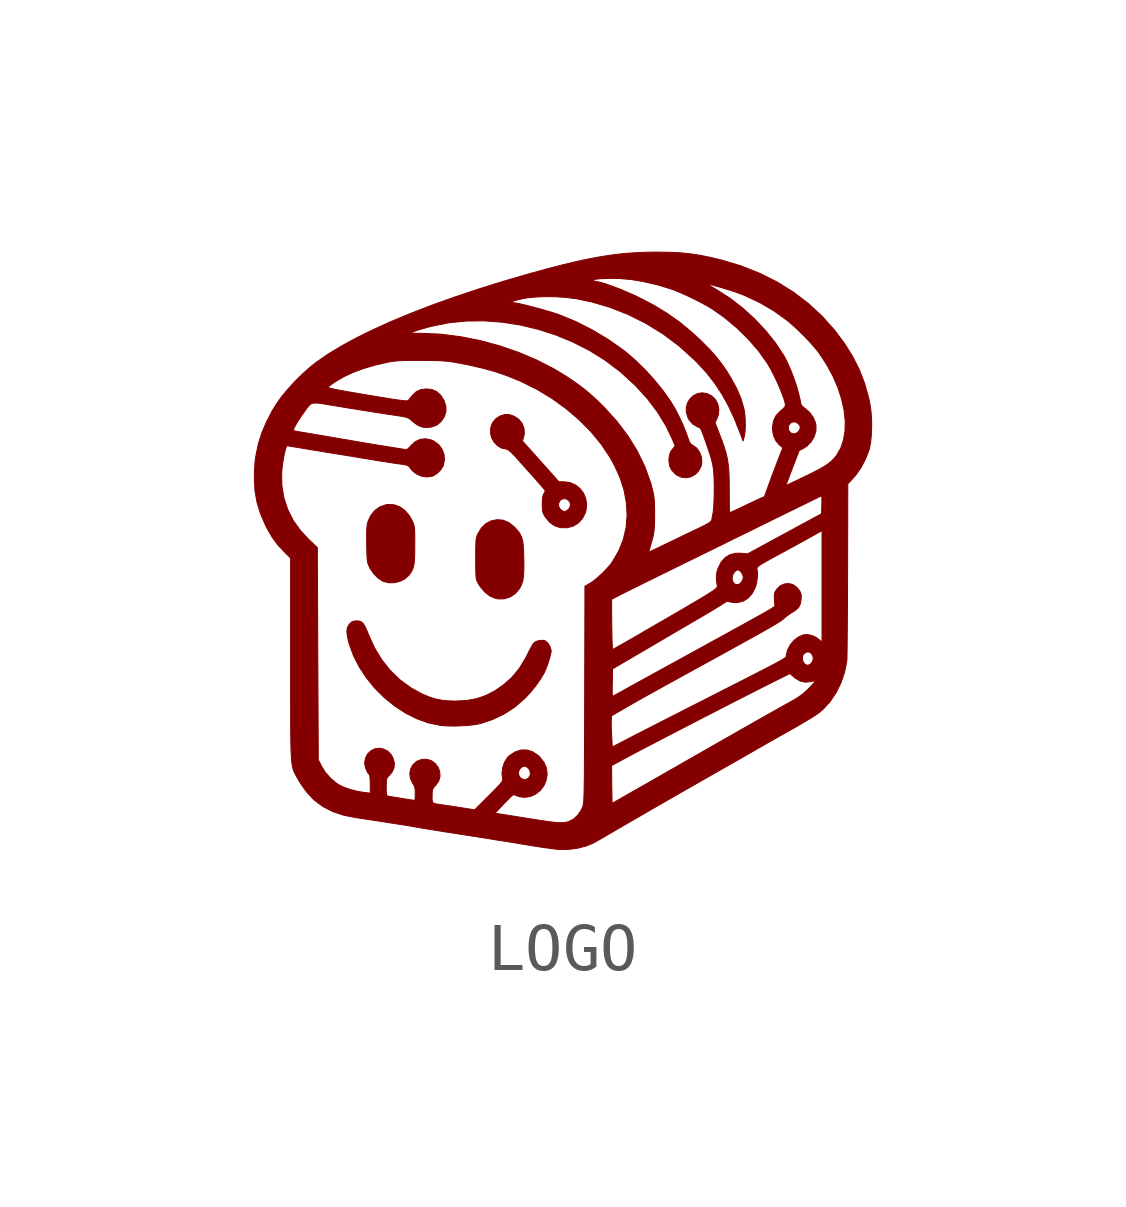
<source format=kicad_sym>
(kicad_symbol_lib
  (version 20220914)
  (generator "bitmap2component")
  (generator_version "8.0")
  (symbol "LOGO"
    (pin_names
      (offset 1.016))
    (property "Reference" "#G"
      (at 0 9.369 0)
      (effects (font (size 1.27 1.27)) hide))
    (symbol "LOGO_0_0"
      (polyline (pts (xy 0.155 -6.199) (xy 0.335 -6.175) (xy 0.506 -6.131) (xy 0.654 -6.072) (xy 0.674 -6.061) (xy 0.733 -6.029) (xy 0.813 -5.983) (xy 0.907 -5.929) (xy 1.006 -5.871) (xy 1.091 -5.822) (xy 1.236 -5.737) (xy 1.407 -5.638) (xy 1.598 -5.527) (xy 1.806 -5.407) (xy 2.024 -5.281) (xy 2.248 -5.152) (xy 2.473 -5.023) (xy 2.695 -4.896) (xy 2.908 -4.774) (xy 3.107 -4.661) (xy 3.159 -4.631) (xy 3.317 -4.541) (xy 3.477 -4.45) (xy 3.632 -4.362) (xy 3.775 -4.28) (xy 3.899 -4.209) (xy 3.996 -4.153) (xy 4.053 -4.12) (xy 4.176 -4.05) (xy 4.319 -3.968) (xy 4.471 -3.882) (xy 4.625 -3.795) (xy 4.769 -3.714) (xy 4.877 -3.653) (xy 5.005 -3.579) (xy 5.123 -3.508) (xy 5.226 -3.446) (xy 5.307 -3.394) (xy 5.36 -3.357) (xy 5.456 -3.277) (xy 5.601 -3.118) (xy 5.726 -2.932) (xy 5.828 -2.724) (xy 5.903 -2.501) (xy 5.949 -2.267) (xy 5.949 -2.265) (xy 5.951 -2.23) (xy 5.952 -2.158) (xy 5.954 -2.054) (xy 5.956 -1.919) (xy 5.957 -1.758) (xy 5.959 -1.571) (xy 5.96 -1.364) (xy 5.962 -1.138) (xy 5.963 -0.897) (xy 5.964 -0.643) (xy 5.965 -0.379) (xy 5.969 1.421) (xy 6.087 1.547) (xy 6.146 1.616) (xy 6.249 1.767) (xy 6.339 1.939) (xy 6.409 2.12) (xy 6.424 2.172) (xy 6.447 2.303) (xy 6.461 2.457) (xy 6.467 2.623) (xy 6.464 2.793) (xy 6.451 2.955) (xy 6.429 3.1) (xy 6.4 3.231) (xy 6.316 3.526) (xy 6.208 3.805) (xy 6.072 4.074) (xy 5.905 4.341) (xy 5.704 4.612) (xy 5.697 4.62) (xy 5.439 4.911) (xy 5.152 5.177) (xy 4.838 5.416) (xy 4.498 5.628) (xy 4.134 5.81) (xy 3.748 5.963) (xy 3.341 6.086) (xy 3.106 6.142) (xy 2.89 6.186) (xy 2.683 6.217) (xy 2.474 6.238) (xy 2.249 6.249) (xy 1.999 6.252) (xy 1.956 6.252) (xy 1.723 6.248) (xy 1.498 6.237) (xy 1.276 6.22) (xy 1.053 6.193) (xy 0.823 6.158) (xy 0.58 6.113) (xy 0.321 6.058) (xy 0.041 5.991) (xy -0.267 5.912) (xy -0.606 5.819) (xy -0.709 5.79) (xy -1.244 5.634) (xy -1.756 5.473) (xy -2.246 5.309) (xy -2.711 5.142) (xy -3.149 4.973) (xy -3.559 4.802) (xy -3.938 4.63) (xy -4.067 4.567) (xy -3.146 4.567) (xy -3.136 4.575) (xy -3.096 4.592) (xy -3.023 4.616) (xy -2.915 4.649) (xy -2.771 4.69) (xy -2.704 4.707) (xy -2.352 4.778) (xy -1.988 4.815) (xy -1.614 4.819) (xy -1.236 4.791) (xy -0.858 4.732) (xy -0.482 4.642) (xy -0.114 4.523) (xy 0.244 4.375) (xy 0.587 4.2) (xy 0.91 3.998) (xy 1.211 3.771) (xy 1.247 3.741) (xy 1.536 3.475) (xy 1.788 3.202) (xy 2.002 2.919) (xy 2.182 2.625) (xy 2.326 2.32) (xy 2.371 2.208) (xy 2.331 2.164) (xy 2.279 2.094) (xy 2.249 2.013) (xy 2.24 1.912) (xy 2.241 1.892) (xy 2.258 1.787) (xy 2.305 1.698) (xy 2.386 1.617) (xy 2.405 1.603) (xy 2.499 1.559) (xy 2.6 1.548) (xy 2.698 1.567) (xy 2.788 1.616) (xy 2.861 1.691) (xy 2.912 1.79) (xy 2.927 1.878) (xy 2.917 1.982) (xy 2.88 2.082) (xy 2.821 2.165) (xy 2.744 2.222) (xy 2.722 2.233) (xy 2.689 2.261) (xy 2.664 2.304) (xy 2.639 2.373) (xy 2.633 2.392) (xy 2.591 2.508) (xy 2.536 2.642) (xy 2.473 2.781) (xy 2.408 2.913) (xy 2.346 3.026) (xy 2.264 3.158) (xy 2.113 3.369) (xy 1.94 3.583) (xy 1.753 3.79) (xy 1.558 3.982) (xy 1.364 4.151) (xy 1.275 4.22) (xy 0.969 4.435) (xy 0.64 4.631) (xy 0.301 4.803) (xy -0.038 4.943) (xy -0.061 4.951) (xy -0.158 4.983) (xy -0.273 5.018) (xy -0.399 5.055) (xy -0.529 5.091) (xy -0.657 5.124) (xy -0.774 5.153) (xy -0.876 5.176) (xy -0.954 5.192) (xy -1.001 5.197) (xy -1.019 5.198) (xy -1.049 5.203) (xy -1.042 5.215) (xy -1.002 5.232) (xy -0.929 5.253) (xy -0.826 5.278) (xy -0.707 5.299) (xy -0.521 5.317) (xy -0.315 5.325) (xy -0.101 5.321) (xy 0.112 5.306) (xy 0.313 5.279) (xy 0.62 5.216) (xy 1.015 5.1) (xy 1.399 4.948) (xy 1.77 4.761) (xy 2.124 4.542) (xy 2.459 4.29) (xy 2.772 4.007) (xy 2.829 3.95) (xy 3.022 3.74) (xy 3.192 3.523) (xy 3.344 3.294) (xy 3.482 3.045) (xy 3.61 2.769) (xy 3.732 2.462) (xy 3.786 2.315) (xy 3.81 2.403) (xy 3.817 2.435) (xy 3.829 2.533) (xy 3.833 2.65) (xy 3.83 2.775) (xy 3.82 2.894) (xy 3.803 2.994) (xy 3.802 2.997) (xy 3.739 3.208) (xy 3.646 3.422) (xy 3.522 3.648) (xy 3.446 3.771) (xy 3.334 3.932) (xy 3.214 4.084) (xy 3.077 4.236) (xy 2.915 4.399) (xy 2.726 4.575) (xy 2.472 4.785) (xy 2.209 4.972) (xy 1.927 5.144) (xy 1.615 5.306) (xy 1.51 5.356) (xy 1.363 5.42) (xy 1.215 5.482) (xy 1.071 5.537) (xy 0.941 5.583) (xy 0.83 5.617) (xy 0.748 5.636) (xy 0.702 5.645) (xy 0.662 5.658) (xy 0.657 5.671) (xy 0.686 5.682) (xy 0.747 5.691) (xy 0.837 5.699) (xy 0.954 5.703) (xy 1.097 5.705) (xy 1.19 5.703) (xy 1.442 5.682) (xy 1.713 5.637) (xy 1.883 5.598) (xy 3.009 5.598) (xy 3.019 5.607) (xy 3.029 5.598) (xy 3.019 5.588) (xy 3.009 5.598) (xy 1.883 5.598) (xy 1.944 5.583) (xy 3.057 5.583) (xy 3.069 5.583) (xy 3.114 5.574) (xy 3.183 5.556) (xy 3.271 5.531) (xy 3.369 5.502) (xy 3.471 5.47) (xy 3.571 5.439) (xy 3.66 5.409) (xy 3.732 5.383) (xy 3.825 5.346) (xy 4.136 5.199) (xy 4.434 5.024) (xy 4.708 4.826) (xy 4.803 4.746) (xy 4.92 4.639) (xy 5.04 4.521) (xy 5.156 4.401) (xy 5.258 4.288) (xy 5.338 4.191) (xy 5.393 4.115) (xy 5.541 3.887) (xy 5.666 3.654) (xy 5.766 3.419) (xy 5.841 3.186) (xy 5.891 2.958) (xy 5.915 2.739) (xy 5.912 2.531) (xy 5.881 2.34) (xy 5.823 2.167) (xy 5.736 2.016) (xy 5.717 1.992) (xy 5.668 1.934) (xy 5.613 1.881) (xy 5.546 1.829) (xy 5.464 1.776) (xy 5.361 1.718) (xy 5.231 1.651) (xy 5.07 1.572) (xy 5.022 1.549) (xy 4.915 1.497) (xy 4.821 1.453) (xy 4.748 1.418) (xy 4.699 1.395) (xy 4.681 1.387) (xy 4.681 1.388) (xy 4.688 1.412) (xy 4.707 1.465) (xy 4.737 1.544) (xy 4.773 1.641) (xy 4.816 1.752) (xy 4.956 2.116) (xy 5.045 2.161) (xy 5.122 2.212) (xy 5.208 2.302) (xy 5.271 2.41) (xy 5.305 2.527) (xy 5.306 2.644) (xy 5.295 2.696) (xy 5.247 2.808) (xy 5.174 2.909) (xy 5.087 2.987) (xy 5.052 3.012) (xy 5.005 3.058) (xy 4.987 3.102) (xy 4.974 3.179) (xy 4.94 3.324) (xy 4.893 3.485) (xy 4.834 3.653) (xy 4.77 3.818) (xy 4.702 3.969) (xy 4.635 4.096) (xy 4.629 4.105) (xy 4.459 4.363) (xy 4.256 4.616) (xy 4.027 4.859) (xy 3.779 5.085) (xy 3.517 5.288) (xy 3.248 5.461) (xy 3.172 5.506) (xy 3.11 5.544) (xy 3.07 5.572) (xy 3.057 5.583) (xy 1.944 5.583) (xy 1.994 5.572) (xy 2.276 5.487) (xy 2.323 5.47) (xy 2.454 5.418) (xy 2.603 5.352) (xy 2.758 5.278) (xy 2.909 5.201) (xy 3.045 5.127) (xy 3.155 5.06) (xy 3.398 4.888) (xy 3.657 4.672) (xy 3.896 4.438) (xy 4.109 4.192) (xy 4.288 3.94) (xy 4.309 3.906) (xy 4.37 3.799) (xy 4.432 3.679) (xy 4.492 3.553) (xy 4.548 3.426) (xy 4.597 3.306) (xy 4.635 3.2) (xy 4.661 3.114) (xy 4.67 3.055) (xy 4.663 3.036) (xy 4.63 2.995) (xy 4.578 2.95) (xy 4.558 2.934) (xy 4.474 2.845) (xy 4.422 2.738) (xy 4.4 2.607) (xy 4.4 2.592) (xy 4.728 2.592) (xy 4.739 2.643) (xy 4.775 2.69) (xy 4.828 2.713) (xy 4.887 2.709) (xy 4.942 2.673) (xy 4.975 2.624) (xy 4.976 2.573) (xy 4.942 2.513) (xy 4.892 2.473) (xy 4.835 2.462) (xy 4.782 2.481) (xy 4.743 2.525) (xy 4.728 2.592) (xy 4.4 2.592) (xy 4.4 2.546) (xy 4.422 2.423) (xy 4.473 2.314) (xy 4.547 2.229) (xy 4.614 2.173) (xy 4.527 1.951) (xy 4.521 1.935) (xy 4.48 1.827) (xy 4.431 1.699) (xy 4.381 1.566) (xy 4.336 1.442) (xy 4.232 1.156) (xy 4.123 1.107) (xy 4.117 1.104) (xy 4.054 1.075) (xy 3.968 1.034) (xy 3.869 0.988) (xy 3.768 0.939) (xy 3.737 0.924) (xy 3.651 0.884) (xy 3.579 0.851) (xy 3.53 0.829) (xy 3.509 0.821) (xy 3.506 0.829) (xy 3.503 0.871) (xy 3.501 0.942) (xy 3.499 1.039) (xy 3.498 1.155) (xy 3.498 1.285) (xy 3.498 1.347) (xy 3.496 1.528) (xy 3.49 1.681) (xy 3.478 1.814) (xy 3.46 1.937) (xy 3.433 2.057) (xy 3.395 2.183) (xy 3.346 2.323) (xy 3.283 2.486) (xy 3.201 2.697) (xy 3.242 2.781) (xy 3.271 2.862) (xy 3.281 2.975) (xy 3.26 3.085) (xy 3.208 3.181) (xy 3.129 3.257) (xy 3.031 3.304) (xy 2.932 3.319) (xy 2.837 3.303) (xy 2.752 3.26) (xy 2.681 3.196) (xy 2.63 3.114) (xy 2.602 3.018) (xy 2.602 2.914) (xy 2.636 2.804) (xy 2.661 2.756) (xy 2.735 2.67) (xy 2.836 2.61) (xy 2.857 2.601) (xy 2.876 2.592) (xy 2.892 2.579) (xy 2.907 2.557) (xy 2.925 2.522) (xy 2.946 2.468) (xy 2.974 2.391) (xy 3.01 2.287) (xy 3.057 2.151) (xy 3.091 2.052) (xy 3.126 1.937) (xy 3.151 1.831) (xy 3.168 1.726) (xy 3.178 1.611) (xy 3.183 1.477) (xy 3.185 1.314) (xy 3.184 1.21) (xy 3.181 1.088) (xy 3.176 0.979) (xy 3.17 0.89) (xy 3.163 0.832) (xy 3.153 0.777) (xy 3.141 0.711) (xy 3.133 0.667) (xy 3.13 0.658) (xy 3.115 0.637) (xy 3.082 0.612) (xy 3.029 0.58) (xy 2.948 0.538) (xy 2.837 0.484) (xy 2.752 0.444) (xy 2.618 0.38) (xy 2.472 0.309) (xy 2.325 0.238) (xy 2.19 0.173) (xy 2.163 0.161) (xy 2.057 0.109) (xy 1.964 0.065) (xy 1.891 0.031) (xy 1.841 0.008) (xy 1.822 0) (xy 1.819 0.006) (xy 1.827 0.034) (xy 1.832 0.049) (xy 1.847 0.099) (xy 1.867 0.171) (xy 1.891 0.254) (xy 1.909 0.325) (xy 1.923 0.393) (xy 1.932 0.462) (xy 1.938 0.542) (xy 1.941 0.642) (xy 1.942 0.772) (xy 1.942 0.895) (xy 1.939 1.012) (xy 1.933 1.105) (xy 1.922 1.185) (xy 1.907 1.26) (xy 1.857 1.451) (xy 1.737 1.783) (xy 1.579 2.107) (xy 1.384 2.422) (xy 1.153 2.728) (xy 0.885 3.023) (xy 0.749 3.156) (xy 0.601 3.292) (xy 0.453 3.414) (xy 0.292 3.533) (xy 0.107 3.658) (xy -0.151 3.815) (xy -0.509 3.999) (xy -0.891 4.161) (xy -1.288 4.298) (xy -1.694 4.408) (xy -2.104 4.489) (xy -2.51 4.541) (xy -2.906 4.559) (xy -2.913 4.559) (xy -3.003 4.56) (xy -3.078 4.562) (xy -3.127 4.564) (xy -3.146 4.567) (xy -4.067 4.567) (xy -4.286 4.458) (xy -4.6 4.287) (xy -4.878 4.118) (xy -5.119 3.95) (xy -5.228 3.864) (xy -5.389 3.721) (xy -5.55 3.563) (xy -5.7 3.399) (xy -5.834 3.238) (xy -5.941 3.087) (xy -6.031 2.941) (xy -6.148 2.714) (xy -6.245 2.487) (xy -6.316 2.266) (xy -6.36 2.061) (xy -6.362 2.047) (xy -6.372 1.993) (xy -6.379 1.959) (xy -6.38 1.955) (xy -6.385 1.919) (xy -6.39 1.853) (xy -6.395 1.766) (xy -6.4 1.666) (xy -6.401 1.645) (xy -5.833 1.645) (xy -5.83 1.687) (xy -5.821 1.786) (xy -5.806 1.889) (xy -5.789 1.989) (xy -5.77 2.079) (xy -5.751 2.151) (xy -5.734 2.199) (xy -5.719 2.215) (xy -5.704 2.213) (xy -5.652 2.204) (xy -5.572 2.191) (xy -5.472 2.175) (xy -5.359 2.156) (xy -5.24 2.136) (xy -5.122 2.117) (xy -5.012 2.099) (xy -4.988 2.095) (xy -4.864 2.074) (xy -4.738 2.054) (xy -4.623 2.035) (xy -4.533 2.021) (xy -4.488 2.014) (xy -4.408 2.001) (xy -4.344 1.99) (xy -4.308 1.984) (xy -4.307 1.984) (xy -4.259 1.976) (xy -4.201 1.966) (xy -4.101 1.95) (xy -3.928 1.921) (xy -3.786 1.898) (xy -3.671 1.88) (xy -3.576 1.865) (xy -3.498 1.853) (xy -3.43 1.843) (xy -3.369 1.835) (xy -3.289 1.823) (xy -3.232 1.812) (xy -3.196 1.798) (xy -3.172 1.777) (xy -3.149 1.746) (xy -3.11 1.696) (xy -3.02 1.626) (xy -2.914 1.58) (xy -2.801 1.564) (xy -2.692 1.581) (xy -2.662 1.593) (xy -2.585 1.645) (xy -2.515 1.716) (xy -2.468 1.793) (xy -2.464 1.803) (xy -2.439 1.919) (xy -2.448 2.036) (xy -2.49 2.145) (xy -2.56 2.239) (xy -2.657 2.31) (xy -2.72 2.338) (xy -2.839 2.362) (xy -2.951 2.348) (xy -3.055 2.296) (xy -3.148 2.208) (xy -3.161 2.191) (xy -3.199 2.152) (xy -3.232 2.137) (xy -3.271 2.139) (xy -3.278 2.14) (xy -3.326 2.148) (xy -3.401 2.16) (xy -3.495 2.175) (xy -3.599 2.192) (xy -3.705 2.209) (xy -3.804 2.224) (xy -3.888 2.238) (xy -3.903 2.24) (xy -3.954 2.249) (xy -4.037 2.263) (xy -4.145 2.281) (xy -4.273 2.303) (xy -4.417 2.328) (xy -4.572 2.354) (xy -4.647 2.367) (xy -4.808 2.395) (xy -4.962 2.421) (xy -5.103 2.445) (xy -5.224 2.466) (xy -5.32 2.482) (xy -5.383 2.492) (xy -5.42 2.498) (xy -5.496 2.512) (xy -5.554 2.523) (xy -5.583 2.53) (xy -5.588 2.541) (xy -5.576 2.58) (xy -5.545 2.642) (xy -5.498 2.722) (xy -5.436 2.817) (xy -5.362 2.921) (xy -5.335 2.958) (xy -5.295 3.014) (xy -5.261 3.055) (xy -5.228 3.084) (xy -5.19 3.101) (xy -5.141 3.107) (xy -5.076 3.104) (xy -4.989 3.093) (xy -4.875 3.074) (xy -4.727 3.049) (xy -4.632 3.034) (xy -4.383 2.993) (xy -4.156 2.956) (xy -3.938 2.922) (xy -3.716 2.887) (xy -3.478 2.851) (xy -3.422 2.843) (xy -3.327 2.828) (xy -3.26 2.815) (xy -3.212 2.801) (xy -3.178 2.785) (xy -3.148 2.764) (xy -3.116 2.735) (xy -3.079 2.702) (xy -2.988 2.638) (xy -2.898 2.603) (xy -2.798 2.595) (xy -2.705 2.606) (xy -2.595 2.648) (xy -2.507 2.723) (xy -2.445 2.816) (xy -2.408 2.928) (xy -2.41 3.044) (xy -2.45 3.161) (xy -2.518 3.268) (xy -2.599 3.343) (xy -2.697 3.386) (xy -2.815 3.4) (xy -2.82 3.4) (xy -2.932 3.386) (xy -3.023 3.345) (xy -3.102 3.271) (xy -3.123 3.245) (xy -3.163 3.197) (xy -3.19 3.164) (xy -3.194 3.161) (xy -3.206 3.155) (xy -3.228 3.152) (xy -3.262 3.152) (xy -3.313 3.157) (xy -3.384 3.166) (xy -3.479 3.18) (xy -3.601 3.199) (xy -3.754 3.224) (xy -3.942 3.255) (xy -4.042 3.272) (xy -4.245 3.306) (xy -4.414 3.335) (xy -4.551 3.359) (xy -4.659 3.379) (xy -4.74 3.395) (xy -4.799 3.409) (xy -4.838 3.419) (xy -4.858 3.428) (xy -4.864 3.436) (xy -4.858 3.444) (xy -4.828 3.471) (xy -4.781 3.506) (xy -4.707 3.555) (xy -4.527 3.66) (xy -4.332 3.75) (xy -4.117 3.829) (xy -3.875 3.898) (xy -3.601 3.961) (xy -3.564 3.968) (xy -3.499 3.977) (xy -3.425 3.985) (xy -3.338 3.99) (xy -3.231 3.993) (xy -3.097 3.994) (xy -2.931 3.994) (xy -2.818 3.994) (xy -2.681 3.992) (xy -2.571 3.99) (xy -2.478 3.985) (xy -2.397 3.978) (xy -2.318 3.969) (xy -2.235 3.956) (xy -2.139 3.939) (xy -1.931 3.899) (xy -1.653 3.835) (xy -1.397 3.764) (xy -1.152 3.681) (xy -0.908 3.584) (xy -0.832 3.551) (xy -0.506 3.388) (xy -0.194 3.199) (xy 0.099 2.987) (xy 0.37 2.755) (xy 0.615 2.508) (xy 0.829 2.248) (xy 1.009 1.979) (xy 1.109 1.798) (xy 1.225 1.54) (xy 1.305 1.287) (xy 1.352 1.032) (xy 1.368 0.772) (xy 1.368 0.766) (xy 1.347 0.509) (xy 1.289 0.26) (xy 1.193 0.021) (xy 1.059 -0.209) (xy 1.026 -0.254) (xy 0.949 -0.344) (xy 0.856 -0.439) (xy 0.758 -0.529) (xy 0.665 -0.606) (xy 0.585 -0.659) (xy 0.489 -0.713) (xy 0.489 -0.987) (xy 1.045 -0.987) (xy 1.202 -0.905) (xy 1.204 -0.904) (xy 1.251 -0.879) (xy 1.33 -0.84) (xy 1.437 -0.786) (xy 1.568 -0.721) (xy 1.72 -0.646) (xy 1.889 -0.563) (xy 2.071 -0.473) (xy 2.263 -0.379) (xy 2.462 -0.281) (xy 2.532 -0.246) (xy 2.77 -0.13) (xy 3.025 -0.005) (xy 3.289 0.125) (xy 3.555 0.256) (xy 3.816 0.384) (xy 4.064 0.506) (xy 4.291 0.618) (xy 4.491 0.717) (xy 4.569 0.755) (xy 4.742 0.84) (xy 4.902 0.918) (xy 5.047 0.989) (xy 5.173 1.051) (xy 5.277 1.102) (xy 5.356 1.14) (xy 5.406 1.164) (xy 5.425 1.172) (xy 5.427 1.166) (xy 5.429 1.128) (xy 5.429 1.065) (xy 5.428 0.985) (xy 5.422 0.798) (xy 5.061 0.602) (xy 5.05 0.597) (xy 4.915 0.523) (xy 4.76 0.439) (xy 4.595 0.35) (xy 4.434 0.262) (xy 4.29 0.184) (xy 3.88 -0.039) (xy 3.748 -0.026) (xy 3.636 -0.026) (xy 3.514 -0.055) (xy 3.412 -0.117) (xy 3.328 -0.213) (xy 3.263 -0.344) (xy 3.246 -0.395) (xy 3.233 -0.455) (xy 3.229 -0.521) (xy 3.23 -0.54) (xy 3.556 -0.54) (xy 3.564 -0.492) (xy 3.593 -0.433) (xy 3.635 -0.389) (xy 3.681 -0.371) (xy 3.713 -0.385) (xy 3.75 -0.424) (xy 3.779 -0.476) (xy 3.791 -0.528) (xy 3.779 -0.58) (xy 3.75 -0.632) (xy 3.702 -0.673) (xy 3.65 -0.682) (xy 3.603 -0.661) (xy 3.569 -0.612) (xy 3.556 -0.54) (xy 3.23 -0.54) (xy 3.234 -0.603) (xy 3.248 -0.712) (xy 3.248 -0.721) (xy 3.245 -0.732) (xy 3.237 -0.745) (xy 3.221 -0.761) (xy 3.196 -0.782) (xy 3.159 -0.809) (xy 3.108 -0.842) (xy 3.042 -0.884) (xy 2.958 -0.936) (xy 2.854 -0.998) (xy 2.729 -1.072) (xy 2.58 -1.16) (xy 2.405 -1.262) (xy 2.203 -1.379) (xy 1.97 -1.514) (xy 1.706 -1.667) (xy 1.695 -1.674) (xy 1.554 -1.756) (xy 1.423 -1.831) (xy 1.307 -1.898) (xy 1.209 -1.953) (xy 1.134 -1.996) (xy 1.085 -2.023) (xy 1.066 -2.032) (xy 1.066 -2.031) (xy 1.062 -2.006) (xy 1.059 -1.946) (xy 1.055 -1.858) (xy 1.052 -1.746) (xy 1.05 -1.613) (xy 1.048 -1.465) (xy 1.046 -1.307) (xy 1.046 -1.143) (xy 1.045 -0.987) (xy 0.489 -0.987) (xy 0.484 -2.96) (xy 0.484 -2.982) (xy 0.483 -3.325) (xy 0.482 -3.553) (xy 1.037 -3.553) (xy 1.039 -3.5) (xy 1.045 -3.414) (xy 1.338 -3.244) (xy 1.368 -3.227) (xy 1.427 -3.193) (xy 1.483 -3.16) (xy 1.539 -3.128) (xy 1.599 -3.094) (xy 1.664 -3.058) (xy 1.737 -3.017) (xy 1.821 -2.97) (xy 1.919 -2.916) (xy 2.032 -2.853) (xy 2.164 -2.78) (xy 2.317 -2.696) (xy 2.494 -2.598) (xy 2.698 -2.486) (xy 2.93 -2.358) (xy 3.195 -2.213) (xy 3.364 -2.12) (xy 3.592 -1.994) (xy 3.79 -1.885) (xy 3.961 -1.79) (xy 4.105 -1.71) (xy 4.227 -1.641) (xy 4.328 -1.584) (xy 4.41 -1.536) (xy 4.477 -1.496) (xy 4.53 -1.463) (xy 4.572 -1.435) (xy 4.606 -1.411) (xy 4.633 -1.39) (xy 4.656 -1.369) (xy 4.679 -1.349) (xy 4.752 -1.295) (xy 4.822 -1.25) (xy 4.872 -1.22) (xy 4.941 -1.158) (xy 4.98 -1.082) (xy 4.997 -0.982) (xy 4.998 -0.967) (xy 4.998 -0.9) (xy 4.987 -0.851) (xy 4.96 -0.803) (xy 4.904 -0.735) (xy 4.824 -0.678) (xy 4.735 -0.657) (xy 4.648 -0.666) (xy 4.556 -0.707) (xy 4.483 -0.783) (xy 4.481 -0.786) (xy 4.454 -0.83) (xy 4.44 -0.87) (xy 4.436 -0.921) (xy 4.44 -0.996) (xy 4.449 -1.132) (xy 4.379 -1.178) (xy 4.365 -1.187) (xy 4.334 -1.206) (xy 4.289 -1.232) (xy 4.229 -1.266) (xy 4.151 -1.311) (xy 4.052 -1.365) (xy 3.932 -1.432) (xy 3.788 -1.512) (xy 3.618 -1.605) (xy 3.42 -1.715) (xy 3.191 -1.84) (xy 2.931 -1.983) (xy 2.786 -2.062) (xy 2.547 -2.194) (xy 2.338 -2.309) (xy 2.156 -2.408) (xy 2 -2.494) (xy 1.866 -2.568) (xy 1.752 -2.631) (xy 1.655 -2.684) (xy 1.573 -2.729) (xy 1.503 -2.768) (xy 1.443 -2.801) (xy 1.389 -2.831) (xy 1.34 -2.858) (xy 1.292 -2.885) (xy 1.277 -2.894) (xy 1.195 -2.939) (xy 1.128 -2.975) (xy 1.081 -3) (xy 1.062 -3.009) (xy 1.061 -3.005) (xy 1.059 -2.971) (xy 1.058 -2.909) (xy 1.058 -2.823) (xy 1.06 -2.723) (xy 1.065 -2.436) (xy 1.436 -2.219) (xy 1.537 -2.159) (xy 1.777 -2.019) (xy 2.012 -1.881) (xy 2.238 -1.748) (xy 2.45 -1.624) (xy 2.642 -1.512) (xy 2.811 -1.413) (xy 2.95 -1.332) (xy 3.006 -1.299) (xy 3.111 -1.237) (xy 3.208 -1.177) (xy 3.29 -1.127) (xy 3.346 -1.091) (xy 3.383 -1.066) (xy 3.434 -1.037) (xy 3.469 -1.028) (xy 3.496 -1.035) (xy 3.514 -1.041) (xy 3.568 -1.051) (xy 3.634 -1.055) (xy 3.674 -1.053) (xy 3.791 -1.023) (xy 3.893 -0.959) (xy 3.978 -0.862) (xy 4.042 -0.735) (xy 4.052 -0.706) (xy 4.073 -0.614) (xy 4.085 -0.515) (xy 4.087 -0.426) (xy 4.077 -0.359) (xy 4.074 -0.349) (xy 4.074 -0.335) (xy 4.082 -0.319) (xy 4.101 -0.299) (xy 4.135 -0.274) (xy 4.187 -0.241) (xy 4.26 -0.199) (xy 4.358 -0.144) (xy 4.484 -0.076) (xy 4.64 0.009) (xy 4.667 0.024) (xy 4.796 0.094) (xy 4.926 0.165) (xy 5.048 0.232) (xy 5.152 0.289) (xy 5.231 0.334) (xy 5.432 0.447) (xy 5.432 -0.718) (xy 5.432 -1.883) (xy 5.378 -1.832) (xy 5.305 -1.777) (xy 5.208 -1.735) (xy 5.114 -1.719) (xy 5.036 -1.73) (xy 4.936 -1.774) (xy 4.845 -1.845) (xy 4.768 -1.937) (xy 4.713 -2.043) (xy 4.685 -2.156) (xy 4.685 -2.157) (xy 4.685 -2.166) (xy 4.684 -2.174) (xy 4.682 -2.182) (xy 4.676 -2.192) (xy 4.664 -2.203) (xy 4.644 -2.218) (xy 4.636 -2.223) (xy 5.022 -2.223) (xy 5.027 -2.167) (xy 5.048 -2.125) (xy 5.096 -2.092) (xy 5.138 -2.081) (xy 5.186 -2.095) (xy 5.224 -2.133) (xy 5.246 -2.186) (xy 5.247 -2.246) (xy 5.222 -2.303) (xy 5.222 -2.303) (xy 5.183 -2.341) (xy 5.143 -2.361) (xy 5.117 -2.36) (xy 5.07 -2.334) (xy 5.035 -2.284) (xy 5.022 -2.223) (xy 4.636 -2.223) (xy 4.614 -2.237) (xy 4.572 -2.261) (xy 4.517 -2.292) (xy 4.447 -2.33) (xy 4.359 -2.376) (xy 4.251 -2.432) (xy 4.122 -2.498) (xy 3.97 -2.576) (xy 3.793 -2.667) (xy 3.589 -2.771) (xy 3.355 -2.889) (xy 3.091 -3.024) (xy 2.794 -3.175) (xy 2.727 -3.209) (xy 2.519 -3.315) (xy 2.315 -3.419) (xy 2.12 -3.518) (xy 1.937 -3.612) (xy 1.77 -3.698) (xy 1.622 -3.773) (xy 1.498 -3.837) (xy 1.401 -3.887) (xy 1.335 -3.921) (xy 1.059 -4.065) (xy 1.046 -3.825) (xy 1.041 -3.732) (xy 1.038 -3.635) (xy 1.037 -3.553) (xy 0.482 -3.553) (xy 0.482 -3.632) (xy 0.481 -3.904) (xy 0.48 -4.144) (xy 0.479 -4.353) (xy 0.478 -4.452) (xy 1.045 -4.452) (xy 1.407 -4.257) (xy 1.468 -4.224) (xy 1.58 -4.165) (xy 1.72 -4.091) (xy 1.884 -4.006) (xy 2.068 -3.91) (xy 2.268 -3.806) (xy 2.481 -3.696) (xy 2.701 -3.582) (xy 2.926 -3.466) (xy 3.151 -3.35) (xy 3.373 -3.236) (xy 3.586 -3.127) (xy 3.788 -3.024) (xy 3.974 -2.929) (xy 4.141 -2.844) (xy 4.284 -2.772) (xy 4.399 -2.714) (xy 4.763 -2.533) (xy 4.855 -2.614) (xy 4.87 -2.627) (xy 4.975 -2.69) (xy 5.087 -2.714) (xy 5.206 -2.701) (xy 5.225 -2.696) (xy 5.271 -2.687) (xy 5.292 -2.687) (xy 5.289 -2.695) (xy 5.265 -2.726) (xy 5.222 -2.774) (xy 5.166 -2.834) (xy 5.144 -2.856) (xy 5.076 -2.921) (xy 5.005 -2.979) (xy 4.925 -3.035) (xy 4.825 -3.095) (xy 4.699 -3.166) (xy 4.69 -3.17) (xy 4.612 -3.214) (xy 4.5 -3.276) (xy 4.356 -3.358) (xy 4.178 -3.458) (xy 3.967 -3.578) (xy 3.723 -3.717) (xy 3.446 -3.875) (xy 3.135 -4.052) (xy 2.791 -4.249) (xy 2.413 -4.465) (xy 2.41 -4.467) (xy 2.204 -4.584) (xy 2.008 -4.697) (xy 1.824 -4.802) (xy 1.654 -4.899) (xy 1.502 -4.985) (xy 1.37 -5.061) (xy 1.261 -5.123) (xy 1.178 -5.17) (xy 1.123 -5.201) (xy 1.099 -5.215) (xy 1.055 -5.238) (xy 1.052 -5.056) (xy 1.051 -5.015) (xy 1.049 -4.901) (xy 1.048 -4.777) (xy 1.047 -4.663) (xy 1.045 -4.452) (xy 0.478 -4.452) (xy 0.478 -4.535) (xy 0.477 -4.691) (xy 0.475 -4.823) (xy 0.473 -4.933) (xy 0.471 -5.024) (xy 0.468 -5.098) (xy 0.466 -5.158) (xy 0.462 -5.204) (xy 0.459 -5.24) (xy 0.454 -5.268) (xy 0.45 -5.289) (xy 0.445 -5.307) (xy 0.407 -5.39) (xy 0.338 -5.488) (xy 0.253 -5.567) (xy 0.163 -5.615) (xy 0.127 -5.627) (xy 0.084 -5.636) (xy 0.037 -5.642) (xy -0.019 -5.643) (xy -0.089 -5.64) (xy -0.176 -5.632) (xy -0.284 -5.618) (xy -0.419 -5.598) (xy -0.583 -5.573) (xy -0.781 -5.541) (xy -0.819 -5.535) (xy -0.948 -5.514) (xy -1.067 -5.495) (xy -1.169 -5.479) (xy -1.247 -5.467) (xy -1.294 -5.46) (xy -1.387 -5.447) (xy -1.197 -5.246) (xy -1.155 -5.203) (xy -1.092 -5.137) (xy -1.047 -5.094) (xy -1.016 -5.07) (xy -0.994 -5.061) (xy -0.974 -5.064) (xy -0.951 -5.074) (xy -0.88 -5.101) (xy -0.764 -5.115) (xy -0.647 -5.096) (xy -0.537 -5.047) (xy -0.441 -4.971) (xy -0.366 -4.87) (xy -0.321 -4.766) (xy -0.298 -4.634) (xy -0.313 -4.506) (xy -0.366 -4.383) (xy -0.457 -4.269) (xy -0.493 -4.236) (xy -0.606 -4.162) (xy -0.726 -4.126) (xy -0.848 -4.128) (xy -0.969 -4.169) (xy -1.088 -4.247) (xy -1.124 -4.283) (xy -1.185 -4.379) (xy -1.225 -4.493) (xy -1.239 -4.606) (xy -0.899 -4.606) (xy -0.885 -4.551) (xy -0.851 -4.502) (xy -0.804 -4.469) (xy -0.757 -4.465) (xy -0.723 -4.479) (xy -0.674 -4.526) (xy -0.649 -4.587) (xy -0.651 -4.652) (xy -0.684 -4.709) (xy -0.731 -4.739) (xy -0.79 -4.743) (xy -0.844 -4.719) (xy -0.883 -4.672) (xy -0.899 -4.606) (xy -1.239 -4.606) (xy -1.24 -4.614) (xy -1.226 -4.729) (xy -1.225 -4.731) (xy -1.224 -4.751) (xy -1.232 -4.773) (xy -1.251 -4.803) (xy -1.285 -4.845) (xy -1.338 -4.901) (xy -1.412 -4.978) (xy -1.511 -5.077) (xy -1.809 -5.375) (xy -2.072 -5.333) (xy -2.078 -5.332) (xy -2.188 -5.315) (xy -2.298 -5.298) (xy -2.393 -5.284) (xy -2.462 -5.274) (xy -2.52 -5.266) (xy -2.6 -5.254) (xy -2.651 -5.241) (xy -2.68 -5.224) (xy -2.693 -5.195) (xy -2.697 -5.152) (xy -2.696 -5.087) (xy -2.696 -5.045) (xy -2.693 -4.984) (xy -2.683 -4.943) (xy -2.663 -4.909) (xy -2.628 -4.871) (xy -2.627 -4.87) (xy -2.56 -4.777) (xy -2.531 -4.676) (xy -2.541 -4.568) (xy -2.567 -4.497) (xy -2.629 -4.411) (xy -2.71 -4.351) (xy -2.806 -4.321) (xy -2.908 -4.323) (xy -3.009 -4.359) (xy -3.019 -4.365) (xy -3.096 -4.434) (xy -3.144 -4.521) (xy -3.162 -4.62) (xy -3.148 -4.723) (xy -3.1 -4.822) (xy -3.078 -4.856) (xy -3.059 -4.901) (xy -3.05 -4.957) (xy -3.048 -5.037) (xy -3.048 -5.046) (xy -3.05 -5.113) (xy -3.053 -5.16) (xy -3.058 -5.178) (xy -3.067 -5.177) (xy -3.109 -5.171) (xy -3.176 -5.161) (xy -3.259 -5.148) (xy -3.35 -5.133) (xy -3.439 -5.119) (xy -3.518 -5.106) (xy -3.578 -5.096) (xy -3.61 -5.09) (xy -3.63 -5.082) (xy -3.643 -5.068) (xy -3.65 -5.037) (xy -3.653 -4.984) (xy -3.653 -4.899) (xy -3.653 -4.888) (xy -3.652 -4.806) (xy -3.648 -4.753) (xy -3.638 -4.717) (xy -3.62 -4.689) (xy -3.592 -4.66) (xy -3.535 -4.594) (xy -3.49 -4.498) (xy -3.483 -4.396) (xy -3.515 -4.289) (xy -3.549 -4.227) (xy -3.622 -4.151) (xy -3.718 -4.104) (xy -3.785 -4.091) (xy -3.882 -4.1) (xy -3.969 -4.141) (xy -4.039 -4.207) (xy -4.086 -4.294) (xy -4.103 -4.396) (xy -4.102 -4.41) (xy -4.09 -4.476) (xy -4.066 -4.546) (xy -4.036 -4.606) (xy -4.006 -4.64) (xy -4.001 -4.648) (xy -3.993 -4.689) (xy -3.988 -4.755) (xy -3.986 -4.84) (xy -3.986 -5.027) (xy -4.103 -5.013) (xy -4.123 -5.011) (xy -4.262 -4.987) (xy -4.401 -4.951) (xy -4.527 -4.908) (xy -4.628 -4.861) (xy -4.696 -4.816) (xy -4.818 -4.712) (xy -4.926 -4.588) (xy -5.006 -4.458) (xy -5.07 -4.329) (xy -5.08 -2.117) (xy -5.09 0.094) (xy -5.261 0.255) (xy -5.44 0.445) (xy -5.592 0.658) (xy -5.707 0.886) (xy -5.786 1.127) (xy -5.828 1.38) (xy -5.833 1.645) (xy -6.401 1.645) (xy -6.403 1.516) (xy -6.388 1.263) (xy -6.344 1.022) (xy -6.268 0.783) (xy -6.16 0.537) (xy -6.135 0.489) (xy -6.03 0.308) (xy -5.913 0.149) (xy -5.775 0.001) (xy -5.647 -0.126) (xy -5.647 -2.228) (xy -5.647 -2.408) (xy -5.647 -2.73) (xy -5.647 -3.016) (xy -5.646 -3.269) (xy -5.646 -3.492) (xy -5.645 -3.686) (xy -5.643 -3.853) (xy -5.641 -3.997) (xy -5.638 -4.119) (xy -5.633 -4.222) (xy -5.628 -4.308) (xy -5.622 -4.38) (xy -5.614 -4.439) (xy -5.604 -4.488) (xy -5.593 -4.529) (xy -5.58 -4.566) (xy -5.566 -4.599) (xy -5.549 -4.632) (xy -5.53 -4.667) (xy -5.509 -4.705) (xy -5.448 -4.812) (xy -5.308 -5.009) (xy -5.151 -5.173) (xy -4.973 -5.306) (xy -4.771 -5.41) (xy -4.544 -5.486) (xy -4.289 -5.537) (xy -4.222 -5.547) (xy -4.108 -5.564) (xy -3.976 -5.584) (xy -3.837 -5.605) (xy -3.703 -5.626) (xy -3.584 -5.645) (xy -3.47 -5.662) (xy -3.372 -5.678) (xy -3.297 -5.689) (xy -3.253 -5.696) (xy -3.252 -5.696) (xy -3.193 -5.705) (xy -3.112 -5.72) (xy -3.028 -5.735) (xy -2.988 -5.742) (xy -2.908 -5.756) (xy -2.798 -5.774) (xy -2.666 -5.795) (xy -2.517 -5.819) (xy -2.356 -5.845) (xy -2.188 -5.87) (xy -2.049 -5.892) (xy -1.89 -5.917) (xy -1.744 -5.94) (xy -1.615 -5.96) (xy -1.509 -5.977) (xy -1.431 -5.99) (xy -1.387 -5.997) (xy -1.35 -6.004) (xy -1.265 -6.017) (xy -1.192 -6.028) (xy -1.155 -6.033) (xy -1.08 -6.045) (xy -0.987 -6.06) (xy -0.889 -6.077) (xy -0.831 -6.087) (xy -0.749 -6.101) (xy -0.683 -6.112) (xy -0.62 -6.122) (xy -0.552 -6.133) (xy -0.466 -6.146) (xy -0.352 -6.163) (xy -0.294 -6.171) (xy -0.199 -6.184) (xy -0.116 -6.194) (xy -0.059 -6.2) (xy -0.022 -6.202) (xy 0.155 -6.199)) (stroke (width 0.01) (type default)) (fill (type outline)))
      (polyline (pts (xy -2.074 -3.623) (xy -1.926 -3.613) (xy -1.794 -3.597) (xy -1.69 -3.576) (xy -1.449 -3.497) (xy -1.197 -3.378) (xy -0.968 -3.229) (xy -0.761 -3.049) (xy -0.654 -2.935) (xy -0.539 -2.794) (xy -0.439 -2.653) (xy -0.362 -2.522) (xy -0.334 -2.46) (xy -0.3 -2.375) (xy -0.268 -2.281) (xy -0.241 -2.192) (xy -0.222 -2.116) (xy -0.215 -2.066) (xy -0.216 -2.045) (xy -0.239 -1.97) (xy -0.281 -1.901) (xy -0.334 -1.855) (xy -0.372 -1.843) (xy -0.442 -1.842) (xy -0.514 -1.858) (xy -0.569 -1.888) (xy -0.592 -1.918) (xy -0.626 -1.975) (xy -0.668 -2.052) (xy -0.711 -2.139) (xy -0.745 -2.206) (xy -0.878 -2.426) (xy -1.033 -2.614) (xy -1.212 -2.772) (xy -1.384 -2.891) (xy -1.573 -2.99) (xy -1.767 -3.057) (xy -1.974 -3.095) (xy -2.202 -3.107) (xy -2.318 -3.105) (xy -2.478 -3.092) (xy -2.621 -3.065) (xy -2.76 -3.021) (xy -2.909 -2.958) (xy -3.135 -2.834) (xy -3.362 -2.668) (xy -3.566 -2.472) (xy -3.746 -2.247) (xy -3.899 -1.994) (xy -4.025 -1.716) (xy -4.06 -1.629) (xy -4.099 -1.546) (xy -4.135 -1.49) (xy -4.173 -1.456) (xy -4.217 -1.44) (xy -4.273 -1.436) (xy -4.327 -1.44) (xy -4.373 -1.458) (xy -4.417 -1.5) (xy -4.434 -1.521) (xy -4.464 -1.58) (xy -4.474 -1.653) (xy -4.465 -1.746) (xy -4.438 -1.867) (xy -4.43 -1.898) (xy -4.341 -2.148) (xy -4.219 -2.39) (xy -4.069 -2.62) (xy -3.894 -2.835) (xy -3.698 -3.031) (xy -3.484 -3.205) (xy -3.257 -3.354) (xy -3.02 -3.474) (xy -2.776 -3.562) (xy -2.53 -3.613) (xy -2.503 -3.617) (xy -2.374 -3.626) (xy -2.227 -3.628) (xy -2.074 -3.623)) (stroke (width 0.01) (type default)) (fill (type outline)))
      (polyline (pts (xy -1.188 -0.975) (xy -1.069 -0.937) (xy -0.963 -0.867) (xy -0.879 -0.768) (xy -0.856 -0.73) (xy -0.828 -0.668) (xy -0.807 -0.6) (xy -0.793 -0.517) (xy -0.786 -0.416) (xy -0.783 -0.288) (xy -0.785 -0.127) (xy -0.786 -0.091) (xy -0.791 0.05) (xy -0.799 0.16) (xy -0.813 0.247) (xy -0.834 0.318) (xy -0.865 0.379) (xy -0.906 0.437) (xy -0.961 0.501) (xy -0.99 0.53) (xy -1.101 0.615) (xy -1.218 0.664) (xy -1.34 0.674) (xy -1.464 0.65) (xy -1.577 0.591) (xy -1.671 0.498) (xy -1.747 0.371) (xy -1.751 0.363) (xy -1.763 0.331) (xy -1.773 0.296) (xy -1.78 0.251) (xy -1.784 0.192) (xy -1.786 0.112) (xy -1.788 0.004) (xy -1.788 -0.137) (xy -1.788 -0.22) (xy -1.787 -0.34) (xy -1.786 -0.43) (xy -1.782 -0.496) (xy -1.777 -0.544) (xy -1.769 -0.581) (xy -1.758 -0.61) (xy -1.744 -0.639) (xy -1.694 -0.721) (xy -1.598 -0.835) (xy -1.489 -0.919) (xy -1.371 -0.968) (xy -1.315 -0.978) (xy -1.188 -0.975)) (stroke (width 0.01) (type default)) (fill (type outline)))
      (polyline (pts (xy -3.48 -0.639) (xy -3.363 -0.61) (xy -3.259 -0.556) (xy -3.177 -0.48) (xy -3.159 -0.455) (xy -3.124 -0.403) (xy -3.099 -0.35) (xy -3.081 -0.291) (xy -3.069 -0.218) (xy -3.062 -0.125) (xy -3.059 -0.005) (xy -3.058 0.146) (xy -3.058 0.222) (xy -3.058 0.337) (xy -3.06 0.423) (xy -3.063 0.487) (xy -3.07 0.535) (xy -3.079 0.573) (xy -3.092 0.608) (xy -3.109 0.647) (xy -3.167 0.751) (xy -3.26 0.862) (xy -3.368 0.941) (xy -3.487 0.984) (xy -3.616 0.991) (xy -3.666 0.984) (xy -3.787 0.94) (xy -3.892 0.864) (xy -3.976 0.761) (xy -4.034 0.634) (xy -4.044 0.597) (xy -4.053 0.547) (xy -4.059 0.486) (xy -4.062 0.406) (xy -4.062 0.3) (xy -4.061 0.162) (xy -4.06 0.153) (xy -4.058 0.025) (xy -4.055 -0.07) (xy -4.051 -0.141) (xy -4.044 -0.194) (xy -4.035 -0.236) (xy -4.021 -0.273) (xy -4.003 -0.313) (xy -3.99 -0.34) (xy -3.915 -0.451) (xy -3.822 -0.544) (xy -3.722 -0.608) (xy -3.711 -0.613) (xy -3.6 -0.641) (xy -3.48 -0.639)) (stroke (width 0.01) (type default)) (fill (type outline)))
      (polyline (pts (xy 0.24 0.537) (xy 0.348 0.602) (xy 0.436 0.697) (xy 0.498 0.82) (xy 0.51 0.859) (xy 0.525 0.987) (xy 0.508 1.11) (xy 0.461 1.223) (xy 0.388 1.321) (xy 0.294 1.397) (xy 0.181 1.447) (xy 0.054 1.465) (xy -0.055 1.465) (xy -0.434 1.89) (xy -0.814 2.315) (xy -0.787 2.403) (xy -0.774 2.466) (xy -0.78 2.576) (xy -0.819 2.678) (xy -0.889 2.766) (xy -0.985 2.83) (xy -1.082 2.864) (xy -1.179 2.867) (xy -1.28 2.835) (xy -1.373 2.775) (xy -1.441 2.689) (xy -1.476 2.585) (xy -1.477 2.465) (xy -1.456 2.383) (xy -1.405 2.292) (xy -1.334 2.217) (xy -1.251 2.167) (xy -1.163 2.149) (xy -1.153 2.148) (xy -1.113 2.13) (xy -1.06 2.088) (xy -0.99 2.017) (xy -0.963 1.989) (xy -0.903 1.923) (xy -0.827 1.838) (xy -0.74 1.741) (xy -0.649 1.639) (xy -0.559 1.538) (xy -0.476 1.444) (xy -0.407 1.364) (xy -0.357 1.306) (xy -0.343 1.287) (xy -0.342 1.26) (xy -0.365 1.219) (xy -0.375 1.2) (xy -0.39 1.155) (xy -0.398 1.09) (xy -0.4 1.016) (xy -0.06 1.016) (xy -0.025 1.079) (xy -0.013 1.091) (xy 0.041 1.113) (xy 0.099 1.107) (xy 0.151 1.074) (xy 0.185 1.018) (xy 0.187 1.012) (xy 0.184 0.952) (xy 0.154 0.896) (xy 0.107 0.859) (xy 0.071 0.847) (xy 0.052 0.841) (xy 0.037 0.848) (xy -0.026 0.892) (xy -0.059 0.951) (xy -0.06 1.016) (xy -0.4 1.016) (xy -0.401 0.997) (xy -0.4 0.943) (xy -0.397 0.875) (xy -0.387 0.826) (xy -0.368 0.782) (xy -0.336 0.73) (xy -0.252 0.625) (xy -0.15 0.551) (xy -0.037 0.511) (xy -0.025 0.509) (xy 0.114 0.506) (xy 0.24 0.537)) (stroke (width 0.01) (type default)) (fill (type outline))))))
</source>
